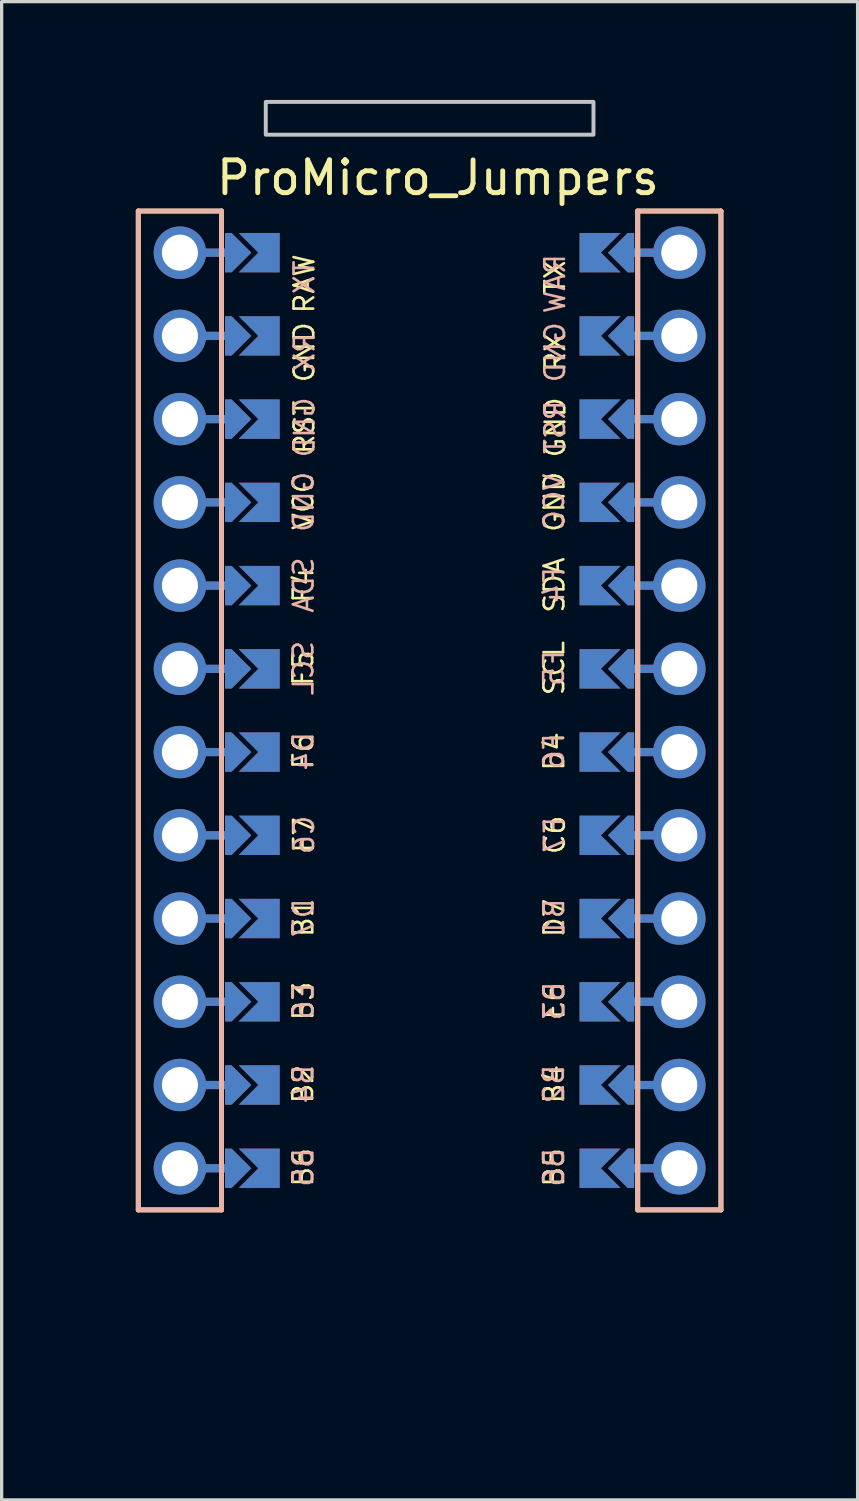
<source format=kicad_pcb>
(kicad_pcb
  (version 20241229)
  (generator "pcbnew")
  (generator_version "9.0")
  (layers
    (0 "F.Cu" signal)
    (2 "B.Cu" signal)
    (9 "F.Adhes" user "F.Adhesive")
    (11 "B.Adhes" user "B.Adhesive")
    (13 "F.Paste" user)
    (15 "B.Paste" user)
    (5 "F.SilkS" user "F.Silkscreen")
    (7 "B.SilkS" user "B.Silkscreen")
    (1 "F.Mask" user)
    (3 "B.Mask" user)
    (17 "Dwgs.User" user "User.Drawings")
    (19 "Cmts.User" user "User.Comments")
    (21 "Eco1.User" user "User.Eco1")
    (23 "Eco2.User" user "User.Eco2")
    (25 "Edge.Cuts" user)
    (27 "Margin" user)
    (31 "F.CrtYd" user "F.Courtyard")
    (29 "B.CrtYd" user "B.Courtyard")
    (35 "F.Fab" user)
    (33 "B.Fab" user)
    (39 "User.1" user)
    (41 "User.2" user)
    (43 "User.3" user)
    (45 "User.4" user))
  (footprint "ProMicro_Jumpers"
    (layer "F.Cu")
    (at 10.06 18.63)
    (property "Reference" "ProMicro_Jumpers" (at 0.254 -16.256 0) (layer "F.SilkS") (effects (font (size 1 1) (thickness 0.15))))
    (fp_poly (pts (xy -5.08 -14.478) (xy -5.08 -13.462) (xy -6.096 -13.462) (xy -6.096 -14.478)) (stroke (width 0.1) (type solid)) (fill yes) (layer "F.Mask"))
    (fp_poly (pts (xy -5.08 -11.938) (xy -5.08 -10.922) (xy -6.096 -10.922) (xy -6.096 -11.938)) (stroke (width 0.1) (type solid)) (fill yes) (layer "F.Mask"))
    (fp_poly (pts (xy -5.08 -9.398) (xy -5.08 -8.382) (xy -6.096 -8.382) (xy -6.096 -9.398)) (stroke (width 0.1) (type solid)) (fill yes) (layer "F.Mask"))
    (fp_poly (pts (xy -5.08 -6.858) (xy -5.08 -5.842) (xy -6.096 -5.842) (xy -6.096 -6.858)) (stroke (width 0.1) (type solid)) (fill yes) (layer "F.Mask"))
    (fp_poly (pts (xy -5.08 -4.318) (xy -5.08 -3.302) (xy -6.096 -3.302) (xy -6.096 -4.318)) (stroke (width 0.1) (type solid)) (fill yes) (layer "F.Mask"))
    (fp_poly (pts (xy -5.08 -1.778) (xy -5.08 -0.762) (xy -6.096 -0.762) (xy -6.096 -1.778)) (stroke (width 0.1) (type solid)) (fill yes) (layer "F.Mask"))
    (fp_poly (pts (xy -5.08 0.762) (xy -5.08 1.778) (xy -6.096 1.778) (xy -6.096 0.762)) (stroke (width 0.1) (type solid)) (fill yes) (layer "F.Mask"))
    (fp_poly (pts (xy -5.08 3.302) (xy -5.08 4.318) (xy -6.096 4.318) (xy -6.096 3.302)) (stroke (width 0.1) (type solid)) (fill yes) (layer "F.Mask"))
    (fp_poly (pts (xy -5.08 5.842) (xy -5.08 6.858) (xy -6.096 6.858) (xy -6.096 5.842)) (stroke (width 0.1) (type solid)) (fill yes) (layer "F.Mask"))
    (fp_poly (pts (xy -5.08 8.382) (xy -5.08 9.398) (xy -6.096 9.398) (xy -6.096 8.382)) (stroke (width 0.1) (type solid)) (fill yes) (layer "F.Mask"))
    (fp_poly (pts (xy -5.08 10.922) (xy -5.08 11.938) (xy -6.096 11.938) (xy -6.096 10.922)) (stroke (width 0.1) (type solid)) (fill yes) (layer "F.Mask"))
    (fp_poly (pts (xy -5.08 13.462) (xy -5.08 14.478) (xy -6.096 14.478) (xy -6.096 13.462)) (stroke (width 0.1) (type solid)) (fill yes) (layer "F.Mask"))
    (fp_poly (pts (xy 5.08 -13.462) (xy 5.08 -14.478) (xy 6.096 -14.478) (xy 6.096 -13.462)) (stroke (width 0.1) (type solid)) (fill yes) (layer "F.Mask"))
    (fp_poly (pts (xy 5.08 -10.922) (xy 5.08 -11.938) (xy 6.096 -11.938) (xy 6.096 -10.922)) (stroke (width 0.1) (type solid)) (fill yes) (layer "F.Mask"))
    (fp_poly (pts (xy 5.08 -8.382) (xy 5.08 -9.398) (xy 6.096 -9.398) (xy 6.096 -8.382)) (stroke (width 0.1) (type solid)) (fill yes) (layer "F.Mask"))
    (fp_poly (pts (xy 5.08 -5.842) (xy 5.08 -6.858) (xy 6.096 -6.858) (xy 6.096 -5.842)) (stroke (width 0.1) (type solid)) (fill yes) (layer "F.Mask"))
    (fp_poly (pts (xy 5.08 -3.302) (xy 5.08 -4.318) (xy 6.096 -4.318) (xy 6.096 -3.302)) (stroke (width 0.1) (type solid)) (fill yes) (layer "F.Mask"))
    (fp_poly (pts (xy 5.08 -0.762) (xy 5.08 -1.778) (xy 6.096 -1.778) (xy 6.096 -0.762)) (stroke (width 0.1) (type solid)) (fill yes) (layer "F.Mask"))
    (fp_poly (pts (xy 5.08 1.778) (xy 5.08 0.762) (xy 6.096 0.762) (xy 6.096 1.778)) (stroke (width 0.1) (type solid)) (fill yes) (layer "F.Mask"))
    (fp_poly (pts (xy 5.08 4.318) (xy 5.08 3.302) (xy 6.096 3.302) (xy 6.096 4.318)) (stroke (width 0.1) (type solid)) (fill yes) (layer "F.Mask"))
    (fp_poly (pts (xy 5.08 6.858) (xy 5.08 5.842) (xy 6.096 5.842) (xy 6.096 6.858)) (stroke (width 0.1) (type solid)) (fill yes) (layer "F.Mask"))
    (fp_poly (pts (xy 5.08 9.398) (xy 5.08 8.382) (xy 6.096 8.382) (xy 6.096 9.398)) (stroke (width 0.1) (type solid)) (fill yes) (layer "F.Mask"))
    (fp_poly (pts (xy 5.08 11.938) (xy 5.08 10.922) (xy 6.096 10.922) (xy 6.096 11.938)) (stroke (width 0.1) (type solid)) (fill yes) (layer "F.Mask"))
    (fp_poly (pts (xy 5.08 14.478) (xy 5.08 13.462) (xy 6.096 13.462) (xy 6.096 14.478)) (stroke (width 0.1) (type solid)) (fill yes) (layer "F.Mask"))
    (fp_poly (pts (xy -5.08 -14.478) (xy -5.08 -13.462) (xy -6.096 -13.462) (xy -6.096 -14.478)) (stroke (width 0.1) (type solid)) (fill yes) (layer "B.Mask"))
    (fp_poly (pts (xy -5.08 -11.938) (xy -5.08 -10.922) (xy -6.096 -10.922) (xy -6.096 -11.938)) (stroke (width 0.1) (type solid)) (fill yes) (layer "B.Mask"))
    (fp_poly (pts (xy -5.08 -9.398) (xy -5.08 -8.382) (xy -6.096 -8.382) (xy -6.096 -9.398)) (stroke (width 0.1) (type solid)) (fill yes) (layer "B.Mask"))
    (fp_poly (pts (xy -5.08 -6.858) (xy -5.08 -5.842) (xy -6.096 -5.842) (xy -6.096 -6.858)) (stroke (width 0.1) (type solid)) (fill yes) (layer "B.Mask"))
    (fp_poly (pts (xy -5.08 -4.318) (xy -5.08 -3.302) (xy -6.096 -3.302) (xy -6.096 -4.318)) (stroke (width 0.1) (type solid)) (fill yes) (layer "B.Mask"))
    (fp_poly (pts (xy -5.08 -1.778) (xy -5.08 -0.762) (xy -6.096 -0.762) (xy -6.096 -1.778)) (stroke (width 0.1) (type solid)) (fill yes) (layer "B.Mask"))
    (fp_poly (pts (xy -5.08 0.762) (xy -5.08 1.778) (xy -6.096 1.778) (xy -6.096 0.762)) (stroke (width 0.1) (type solid)) (fill yes) (layer "B.Mask"))
    (fp_poly (pts (xy -5.08 3.302) (xy -5.08 4.318) (xy -6.096 4.318) (xy -6.096 3.302)) (stroke (width 0.1) (type solid)) (fill yes) (layer "B.Mask"))
    (fp_poly (pts (xy -5.08 5.842) (xy -5.08 6.858) (xy -6.096 6.858) (xy -6.096 5.842)) (stroke (width 0.1) (type solid)) (fill yes) (layer "B.Mask"))
    (fp_poly (pts (xy -5.08 8.382) (xy -5.08 9.398) (xy -6.096 9.398) (xy -6.096 8.382)) (stroke (width 0.1) (type solid)) (fill yes) (layer "B.Mask"))
    (fp_poly (pts (xy -5.08 10.922) (xy -5.08 11.938) (xy -6.096 11.938) (xy -6.096 10.922)) (stroke (width 0.1) (type solid)) (fill yes) (layer "B.Mask"))
    (fp_poly (pts (xy -5.08 13.462) (xy -5.08 14.478) (xy -6.096 14.478) (xy -6.096 13.462)) (stroke (width 0.1) (type solid)) (fill yes) (layer "B.Mask"))
    (fp_poly (pts (xy 5.08 -13.462) (xy 5.08 -14.478) (xy 6.096 -14.478) (xy 6.096 -13.462)) (stroke (width 0.1) (type solid)) (fill yes) (layer "B.Mask"))
    (fp_poly (pts (xy 5.08 -10.922) (xy 5.08 -11.938) (xy 6.096 -11.938) (xy 6.096 -10.922)) (stroke (width 0.1) (type solid)) (fill yes) (layer "B.Mask"))
    (fp_poly (pts (xy 5.08 -8.382) (xy 5.08 -9.398) (xy 6.096 -9.398) (xy 6.096 -8.382)) (stroke (width 0.1) (type solid)) (fill yes) (layer "B.Mask"))
    (fp_poly (pts (xy 5.08 -5.842) (xy 5.08 -6.858) (xy 6.096 -6.858) (xy 6.096 -5.842)) (stroke (width 0.1) (type solid)) (fill yes) (layer "B.Mask"))
    (fp_poly (pts (xy 5.08 -3.302) (xy 5.08 -4.318) (xy 6.096 -4.318) (xy 6.096 -3.302)) (stroke (width 0.1) (type solid)) (fill yes) (layer "B.Mask"))
    (fp_poly (pts (xy 5.08 -0.762) (xy 5.08 -1.778) (xy 6.096 -1.778) (xy 6.096 -0.762)) (stroke (width 0.1) (type solid)) (fill yes) (layer "B.Mask"))
    (fp_poly (pts (xy 5.08 1.778) (xy 5.08 0.762) (xy 6.096 0.762) (xy 6.096 1.778)) (stroke (width 0.1) (type solid)) (fill yes) (layer "B.Mask"))
    (fp_poly (pts (xy 5.08 4.318) (xy 5.08 3.302) (xy 6.096 3.302) (xy 6.096 4.318)) (stroke (width 0.1) (type solid)) (fill yes) (layer "B.Mask"))
    (fp_poly (pts (xy 5.08 6.858) (xy 5.08 5.842) (xy 6.096 5.842) (xy 6.096 6.858)) (stroke (width 0.1) (type solid)) (fill yes) (layer "B.Mask"))
    (fp_poly (pts (xy 5.08 9.398) (xy 5.08 8.382) (xy 6.096 8.382) (xy 6.096 9.398)) (stroke (width 0.1) (type solid)) (fill yes) (layer "B.Mask"))
    (fp_poly (pts (xy 5.08 11.938) (xy 5.08 10.922) (xy 6.096 10.922) (xy 6.096 11.938)) (stroke (width 0.1) (type solid)) (fill yes) (layer "B.Mask"))
    (fp_poly (pts (xy 5.08 14.478) (xy 5.08 13.462) (xy 6.096 13.462) (xy 6.096 14.478)) (stroke (width 0.1) (type solid)) (fill yes) (layer "B.Mask"))
    (fp_line (start -8.89 -15.24) (end -8.89 15.24) (stroke (width 0.15) (type solid)) (layer "F.SilkS"))
    (fp_line (start -8.89 -15.24) (end -6.35 -15.24) (stroke (width 0.15) (type solid)) (layer "F.SilkS"))
    (fp_line (start -6.35 -15.24) (end -6.35 15.24) (stroke (width 0.15) (type solid)) (layer "F.SilkS"))
    (fp_line (start -6.35 15.24) (end -8.89 15.24) (stroke (width 0.15) (type solid)) (layer "F.SilkS"))
    (fp_line (start 6.35 -15.24) (end 6.35 15.24) (stroke (width 0.15) (type solid)) (layer "F.SilkS"))
    (fp_line (start 6.35 -15.24) (end 8.89 -15.24) (stroke (width 0.15) (type solid)) (layer "F.SilkS"))
    (fp_line (start 6.35 15.24) (end 8.89 15.24) (stroke (width 0.15) (type solid)) (layer "F.SilkS"))
    (fp_line (start 8.89 -15.24) (end 8.89 15.24) (stroke (width 0.15) (type solid)) (layer "F.SilkS"))
    (fp_line (start -8.89 -15.24) (end -8.89 15.24) (stroke (width 0.15) (type solid)) (layer "B.SilkS"))
    (fp_line (start -8.89 -15.24) (end -6.35 -15.24) (stroke (width 0.15) (type solid)) (layer "B.SilkS"))
    (fp_line (start -6.35 -15.24) (end -6.35 15.24) (stroke (width 0.15) (type solid)) (layer "B.SilkS"))
    (fp_line (start -6.35 15.24) (end -8.89 15.24) (stroke (width 0.15) (type solid)) (layer "B.SilkS"))
    (fp_line (start 6.35 -15.24) (end 6.35 15.24) (stroke (width 0.15) (type solid)) (layer "B.SilkS"))
    (fp_line (start 6.35 -15.24) (end 8.89 -15.24) (stroke (width 0.15) (type solid)) (layer "B.SilkS"))
    (fp_line (start 6.35 15.24) (end 8.89 15.24) (stroke (width 0.15) (type solid)) (layer "B.SilkS"))
    (fp_line (start 8.89 -15.24) (end 8.89 15.24) (stroke (width 0.15) (type solid)) (layer "B.SilkS"))
    (fp_rect (start -5 -17.57) (end 5 -18.57) (stroke (width 0.12) (type solid)) (fill no) (layer "Dwgs.User"))
    (fp_rect (start -10 -17.57) (end 10 21.03) (stroke (width 0.12) (type solid)) (fill no) (layer "Eco1.User"))
    (fp_rect (start -9.2 -15.5) (end 9.144 16.002) (stroke (width 0.12) (type solid)) (fill no) (layer "Eco2.User"))
    (fp_text user "B3" (at -3.857 8.867 90) (layer "F.SilkS") (effects (font (size 0.6 0.6) (thickness 0.08))))
    (fp_text user "B5" (at 3.795 13.944 90) (layer "F.SilkS") (effects (font (size 0.6 0.6) (thickness 0.08))))
    (fp_text user "SCL" (at 3.799 -1.292 90) (layer "F.SilkS") (effects (font (size 0.6 0.6) (thickness 0.08))))
    (fp_text user "RST" (at -3.826 -8.64 90) (layer "F.SilkS") (effects (font (size 0.6 0.6) (thickness 0.08))))
    (fp_text user "E6" (at 3.802 8.869 90) (layer "F.SilkS") (effects (font (size 0.6 0.6) (thickness 0.08))))
    (fp_text user "D7" (at 3.802 6.329 90) (layer "F.SilkS") (effects (font (size 0.6 0.6) (thickness 0.08))))
    (fp_text user "B4" (at 3.795 11.404 90) (layer "F.SilkS") (effects (font (size 0.6 0.6) (thickness 0.08))))
    (fp_text user "RAW" (at -3.826 -13.02 90) (layer "F.SilkS") (effects (font (size 0.6 0.6) (thickness 0.08))))
    (fp_text user "TX" (at 3.826 -13.22 90) (layer "F.SilkS") (effects (font (size 0.6 0.6) (thickness 0.08))))
    (fp_text user "D4" (at 3.799 1.248 90) (layer "F.SilkS") (effects (font (size 0.6 0.6) (thickness 0.08))))
    (fp_text user "GND" (at 3.806 -6.367 90) (layer "F.SilkS") (effects (font (size 0.6 0.6) (thickness 0.08))))
    (fp_text user "B2" (at -3.864 11.402 90) (layer "F.SilkS") (effects (font (size 0.6 0.6) (thickness 0.08))))
    (fp_text user "F7" (at -3.839 3.797 90) (layer "F.SilkS") (effects (font (size 0.6 0.6) (thickness 0.08))))
    (fp_text user "VCC" (at -3.853 -6.369 90) (layer "F.SilkS") (effects (font (size 0.6 0.6) (thickness 0.08))))
    (fp_text user "F6" (at -3.86 1.246 90) (layer "F.SilkS") (effects (font (size 0.6 0.6) (thickness 0.08))))
    (fp_text user "SDA" (at 3.806 -3.827 90) (layer "F.SilkS") (effects (font (size 0.6 0.6) (thickness 0.08))))
    (fp_text user "F5" (at -3.86 -1.294 90) (layer "F.SilkS") (effects (font (size 0.6 0.6) (thickness 0.08))))
    (fp_text user "C6" (at 3.82 3.798 90) (layer "F.SilkS") (effects (font (size 0.6 0.6) (thickness 0.08))))
    (fp_text user "GND" (at -3.826 -10.93 90) (layer "F.SilkS") (effects (font (size 0.6 0.6) (thickness 0.08))))
    (fp_text user "B6" (at -3.864 13.942 90) (layer "F.SilkS") (effects (font (size 0.6 0.6) (thickness 0.08))))
    (fp_text user "B1" (at -3.857 6.327 90) (layer "F.SilkS") (effects (font (size 0.6 0.6) (thickness 0.08))))
    (fp_text user "GND" (at 3.833 -8.638 90) (layer "F.SilkS") (effects (font (size 0.6 0.6) (thickness 0.08))))
    (fp_text user "F4" (at -3.853 -3.829 90) (layer "F.SilkS") (effects (font (size 0.6 0.6) (thickness 0.08))))
    (fp_text user "RX" (at 3.833 -10.928 90) (layer "F.SilkS") (effects (font (size 0.6 0.6) (thickness 0.08))))
    (fp_text user "E6" (at -3.85 8.869 90) (layer "B.SilkS") (effects (font (size 0.6 0.6) (thickness 0.08)) (justify mirror)))
    (fp_text user "D4" (at -3.853 1.248 90) (layer "B.SilkS") (effects (font (size 0.6 0.6) (thickness 0.08)) (justify mirror)))
    (fp_text user "GND" (at 3.826 -10.93 90) (layer "B.SilkS") (effects (font (size 0.6 0.6) (thickness 0.08)) (justify mirror)))
    (fp_text user "RST" (at 3.826 -8.64 90) (layer "B.SilkS") (effects (font (size 0.6 0.6) (thickness 0.08)) (justify mirror)))
    (fp_text user "B4" (at -3.857 11.404 90) (layer "B.SilkS") (effects (font (size 0.6 0.6) (thickness 0.08)) (justify mirror)))
    (fp_text user "VCC" (at 3.799 -6.369 90) (layer "B.SilkS") (effects (font (size 0.6 0.6) (thickness 0.08)) (justify mirror)))
    (fp_text user "D7" (at -3.85 6.329 90) (layer "B.SilkS") (effects (font (size 0.6 0.6) (thickness 0.08)) (justify mirror)))
    (fp_text user "B1" (at 3.795 6.327 90) (layer "B.SilkS") (effects (font (size 0.6 0.6) (thickness 0.08)) (justify mirror)))
    (fp_text user "C6" (at -3.832 3.798 90) (layer "B.SilkS") (effects (font (size 0.6 0.6) (thickness 0.08)) (justify mirror)))
    (fp_text user "F7" (at 3.813 3.797 90) (layer "B.SilkS") (effects (font (size 0.6 0.6) (thickness 0.08)) (justify mirror)))
    (fp_text user "F4" (at 3.799 -3.829 90) (layer "B.SilkS") (effects (font (size 0.6 0.6) (thickness 0.08)) (justify mirror)))
    (fp_text user "SDA" (at -3.846 -3.827 90) (layer "B.SilkS") (effects (font (size 0.6 0.6) (thickness 0.08)) (justify mirror)))
    (fp_text user "B6" (at 3.788 13.942 90) (layer "B.SilkS") (effects (font (size 0.6 0.6) (thickness 0.08)) (justify mirror)))
    (fp_text user "GND" (at -3.846 -6.367 90) (layer "B.SilkS") (effects (font (size 0.6 0.6) (thickness 0.08)) (justify mirror)))
    (fp_text user "GND" (at -3.819 -8.638 90) (layer "B.SilkS") (effects (font (size 0.6 0.6) (thickness 0.08)) (justify mirror)))
    (fp_text user "F6" (at 3.792 1.246 90) (layer "B.SilkS") (effects (font (size 0.6 0.6) (thickness 0.08)) (justify mirror)))
    (fp_text user "RAW" (at 3.826 -13.02 90) (layer "B.SilkS") (effects (font (size 0.6 0.6) (thickness 0.08)) (justify mirror)))
    (fp_text user "B5" (at -3.857 13.944 90) (layer "B.SilkS") (effects (font (size 0.6 0.6) (thickness 0.08)) (justify mirror)))
    (fp_text user "RX" (at -3.819 -10.928 90) (layer "B.SilkS") (effects (font (size 0.6 0.6) (thickness 0.08)) (justify mirror)))
    (fp_text user "B2" (at 3.788 11.402 90) (layer "B.SilkS") (effects (font (size 0.6 0.6) (thickness 0.08)) (justify mirror)))
    (fp_text user "SCL" (at -3.853 -1.292 90) (layer "B.SilkS") (effects (font (size 0.6 0.6) (thickness 0.08)) (justify mirror)))
    (fp_text user "TX" (at -3.826 -13.22 90) (layer "B.SilkS") (effects (font (size 0.6 0.6) (thickness 0.08)) (justify mirror)))
    (fp_text user "B3" (at 3.795 8.867 90) (layer "B.SilkS") (effects (font (size 0.6 0.6) (thickness 0.08)) (justify mirror)))
    (fp_text user "F5" (at 3.792 -1.294 90) (layer "B.SilkS") (effects (font (size 0.6 0.6) (thickness 0.08)) (justify mirror)))
    (pad "" thru_hole circle (at -7.62 -13.97 270) (size 1.6 1.6) (drill 1.1) (layers "*.Cu" "*.Mask"))
    (pad "" thru_hole circle (at -7.62 -11.43 270) (size 1.6 1.6) (drill 1.1) (layers "*.Cu" "*.Mask"))
    (pad "" thru_hole circle (at -7.62 -8.89 270) (size 1.6 1.6) (drill 1.1) (layers "*.Cu" "*.Mask"))
    (pad "" thru_hole circle (at -7.62 -6.35 270) (size 1.6 1.6) (drill 1.1) (layers "*.Cu" "*.Mask"))
    (pad "" thru_hole circle (at -7.62 -3.81 270) (size 1.6 1.6) (drill 1.1) (layers "*.Cu" "*.Mask"))
    (pad "" thru_hole circle (at -7.62 -1.27 270) (size 1.6 1.6) (drill 1.1) (layers "*.Cu" "*.Mask"))
    (pad "" thru_hole circle (at -7.62 1.27 270) (size 1.6 1.6) (drill 1.1) (layers "*.Cu" "*.Mask"))
    (pad "" thru_hole circle (at -7.62 3.81 270) (size 1.6 1.6) (drill 1.1) (layers "*.Cu" "*.Mask"))
    (pad "" thru_hole circle (at -7.62 6.35 270) (size 1.6 1.6) (drill 1.1) (layers "*.Cu" "*.Mask"))
    (pad "" thru_hole circle (at -7.62 8.89 270) (size 1.6 1.6) (drill 1.1) (layers "*.Cu" "*.Mask"))
    (pad "" thru_hole circle (at -7.62 11.43 270) (size 1.6 1.6) (drill 1.1) (layers "*.Cu" "*.Mask"))
    (pad "" thru_hole circle (at -7.62 13.97 270) (size 1.6 1.6) (drill 1.1) (layers "*.Cu" "*.Mask"))
    (pad "" smd custom (at -6.35 -13.97 90) (size 0.25 1) (layers "F.Cu") (options (anchor rect)) (primitives))
    (pad "" smd custom (at -6.35 -13.97 90) (size 0.25 1) (layers "B.Cu") (options (anchor rect)) (primitives))
    (pad "" smd custom (at -6.35 -11.43 90) (size 0.25 1) (layers "F.Cu") (options (anchor rect)) (primitives))
    (pad "" smd custom (at -6.35 -11.43 90) (size 0.25 1) (layers "B.Cu") (options (anchor rect)) (primitives))
    (pad "" smd custom (at -6.35 -8.89 90) (size 0.25 1) (layers "F.Cu") (options (anchor rect)) (primitives))
    (pad "" smd custom (at -6.35 -8.89 90) (size 0.25 1) (layers "B.Cu") (options (anchor rect)) (primitives))
    (pad "" smd custom (at -6.35 -6.35 90) (size 0.25 1) (layers "F.Cu") (options (anchor rect)) (primitives))
    (pad "" smd custom (at -6.35 -6.35 90) (size 0.25 1) (layers "B.Cu") (options (anchor rect)) (primitives))
    (pad "" smd custom (at -6.35 -3.81 90) (size 0.25 1) (layers "F.Cu") (options (anchor rect)) (primitives))
    (pad "" smd custom (at -6.35 -3.81 90) (size 0.25 1) (layers "B.Cu") (options (anchor rect)) (primitives))
    (pad "" smd custom (at -6.35 -1.27 90) (size 0.25 1) (layers "F.Cu") (options (anchor rect)) (primitives))
    (pad "" smd custom (at -6.35 -1.27 90) (size 0.25 1) (layers "B.Cu") (options (anchor rect)) (primitives))
    (pad "" smd custom (at -6.35 1.27 90) (size 0.25 1) (layers "F.Cu") (options (anchor rect)) (primitives))
    (pad "" smd custom (at -6.35 1.27 90) (size 0.25 1) (layers "B.Cu") (options (anchor rect)) (primitives))
    (pad "" smd custom (at -6.35 3.81 90) (size 0.25 1) (layers "F.Cu") (options (anchor rect)) (primitives))
    (pad "" smd custom (at -6.35 3.81 90) (size 0.25 1) (layers "B.Cu") (options (anchor rect)) (primitives))
    (pad "" smd custom (at -6.35 6.35 90) (size 0.25 1) (layers "F.Cu") (options (anchor rect)) (primitives))
    (pad "" smd custom (at -6.35 6.35 90) (size 0.25 1) (layers "B.Cu") (options (anchor rect)) (primitives))
    (pad "" smd custom (at -6.35 8.89 90) (size 0.25 1) (layers "F.Cu") (options (anchor rect)) (primitives))
    (pad "" smd custom (at -6.35 8.89 90) (size 0.25 1) (layers "B.Cu") (options (anchor rect)) (primitives))
    (pad "" smd custom (at -6.35 11.43 90) (size 0.25 1) (layers "F.Cu") (options (anchor rect)) (primitives))
    (pad "" smd custom (at -6.35 11.43 90) (size 0.25 1) (layers "B.Cu") (options (anchor rect)) (primitives))
    (pad "" smd custom (at -6.35 13.97 90) (size 0.25 1) (layers "F.Cu") (options (anchor rect)) (primitives))
    (pad "" smd custom (at -6.35 13.97 90) (size 0.25 1) (layers "B.Cu") (options (anchor rect)) (primitives))
    (pad "" smd custom (at -5.842 -13.97 90) (size 0.1 0.1) (layers "F.Cu" "F.Mask") (options (anchor rect)) (primitives (gr_poly (pts (xy 0.6 -0.2) (xy 0 0.4) (xy -0.6 -0.2) (xy -0.6 -0.4) (xy 0.6 -0.4)) (width 0) (fill yes))))
    (pad "" smd custom (at -5.842 -13.97 90) (size 0.1 0.1) (layers "B.Cu" "B.Mask") (options (anchor rect)) (primitives (gr_poly (pts (xy 0.6 -0.2) (xy 0 0.4) (xy -0.6 -0.2) (xy -0.6 -0.4) (xy 0.6 -0.4)) (width 0) (fill yes))))
    (pad "" smd custom (at -5.842 -11.43 90) (size 0.1 0.1) (layers "F.Cu" "F.Mask") (options (anchor rect)) (primitives (gr_poly (pts (xy 0.6 -0.2) (xy 0 0.4) (xy -0.6 -0.2) (xy -0.6 -0.4) (xy 0.6 -0.4)) (width 0) (fill yes))))
    (pad "" smd custom (at -5.842 -11.43 90) (size 0.1 0.1) (layers "B.Cu" "B.Mask") (options (anchor rect)) (primitives (gr_poly (pts (xy 0.6 -0.2) (xy 0 0.4) (xy -0.6 -0.2) (xy -0.6 -0.4) (xy 0.6 -0.4)) (width 0) (fill yes))))
    (pad "" smd custom (at -5.842 -8.89 90) (size 0.1 0.1) (layers "F.Cu" "F.Mask") (options (anchor rect)) (primitives (gr_poly (pts (xy 0.6 -0.2) (xy 0 0.4) (xy -0.6 -0.2) (xy -0.6 -0.4) (xy 0.6 -0.4)) (width 0) (fill yes))))
    (pad "" smd custom (at -5.842 -8.89 90) (size 0.1 0.1) (layers "B.Cu" "B.Mask") (options (anchor rect)) (primitives (gr_poly (pts (xy 0.6 -0.2) (xy 0 0.4) (xy -0.6 -0.2) (xy -0.6 -0.4) (xy 0.6 -0.4)) (width 0) (fill yes))))
    (pad "" smd custom (at -5.842 -6.35 90) (size 0.1 0.1) (layers "F.Cu" "F.Mask") (options (anchor rect)) (primitives (gr_poly (pts (xy 0.6 -0.2) (xy 0 0.4) (xy -0.6 -0.2) (xy -0.6 -0.4) (xy 0.6 -0.4)) (width 0) (fill yes))))
    (pad "" smd custom (at -5.842 -6.35 90) (size 0.1 0.1) (layers "B.Cu" "B.Mask") (options (anchor rect)) (primitives (gr_poly (pts (xy 0.6 -0.2) (xy 0 0.4) (xy -0.6 -0.2) (xy -0.6 -0.4) (xy 0.6 -0.4)) (width 0) (fill yes))))
    (pad "" smd custom (at -5.842 -3.81 90) (size 0.1 0.1) (layers "F.Cu" "F.Mask") (options (anchor rect)) (primitives (gr_poly (pts (xy 0.6 -0.2) (xy 0 0.4) (xy -0.6 -0.2) (xy -0.6 -0.4) (xy 0.6 -0.4)) (width 0) (fill yes))))
    (pad "" smd custom (at -5.842 -3.81 90) (size 0.1 0.1) (layers "B.Cu" "B.Mask") (options (anchor rect)) (primitives (gr_poly (pts (xy 0.6 -0.2) (xy 0 0.4) (xy -0.6 -0.2) (xy -0.6 -0.4) (xy 0.6 -0.4)) (width 0) (fill yes))))
    (pad "" smd custom (at -5.842 -1.27 90) (size 0.1 0.1) (layers "F.Cu" "F.Mask") (options (anchor rect)) (primitives (gr_poly (pts (xy 0.6 -0.2) (xy 0 0.4) (xy -0.6 -0.2) (xy -0.6 -0.4) (xy 0.6 -0.4)) (width 0) (fill yes))))
    (pad "" smd custom (at -5.842 -1.27 90) (size 0.1 0.1) (layers "B.Cu" "B.Mask") (options (anchor rect)) (primitives (gr_poly (pts (xy 0.6 -0.2) (xy 0 0.4) (xy -0.6 -0.2) (xy -0.6 -0.4) (xy 0.6 -0.4)) (width 0) (fill yes))))
    (pad "" smd custom (at -5.842 1.27 90) (size 0.1 0.1) (layers "F.Cu" "F.Mask") (options (anchor rect)) (primitives (gr_poly (pts (xy 0.6 -0.2) (xy 0 0.4) (xy -0.6 -0.2) (xy -0.6 -0.4) (xy 0.6 -0.4)) (width 0) (fill yes))))
    (pad "" smd custom (at -5.842 1.27 90) (size 0.1 0.1) (layers "B.Cu" "B.Mask") (options (anchor rect)) (primitives (gr_poly (pts (xy 0.6 -0.2) (xy 0 0.4) (xy -0.6 -0.2) (xy -0.6 -0.4) (xy 0.6 -0.4)) (width 0) (fill yes))))
    (pad "" smd custom (at -5.842 3.81 90) (size 0.1 0.1) (layers "F.Cu" "F.Mask") (options (anchor rect)) (primitives (gr_poly (pts (xy 0.6 -0.2) (xy 0 0.4) (xy -0.6 -0.2) (xy -0.6 -0.4) (xy 0.6 -0.4)) (width 0) (fill yes))))
    (pad "" smd custom (at -5.842 3.81 90) (size 0.1 0.1) (layers "B.Cu" "B.Mask") (options (anchor rect)) (primitives (gr_poly (pts (xy 0.6 -0.2) (xy 0 0.4) (xy -0.6 -0.2) (xy -0.6 -0.4) (xy 0.6 -0.4)) (width 0) (fill yes))))
    (pad "" smd custom (at -5.842 6.35 90) (size 0.1 0.1) (layers "F.Cu" "F.Mask") (options (anchor rect)) (primitives (gr_poly (pts (xy 0.6 -0.2) (xy 0 0.4) (xy -0.6 -0.2) (xy -0.6 -0.4) (xy 0.6 -0.4)) (width 0) (fill yes))))
    (pad "" smd custom (at -5.842 6.35 90) (size 0.1 0.1) (layers "B.Cu" "B.Mask") (options (anchor rect)) (primitives (gr_poly (pts (xy 0.6 -0.2) (xy 0 0.4) (xy -0.6 -0.2) (xy -0.6 -0.4) (xy 0.6 -0.4)) (width 0) (fill yes))))
    (pad "" smd custom (at -5.842 8.89 90) (size 0.1 0.1) (layers "F.Cu" "F.Mask") (options (anchor rect)) (primitives (gr_poly (pts (xy 0.6 -0.2) (xy 0 0.4) (xy -0.6 -0.2) (xy -0.6 -0.4) (xy 0.6 -0.4)) (width 0) (fill yes))))
    (pad "" smd custom (at -5.842 8.89 90) (size 0.1 0.1) (layers "B.Cu" "B.Mask") (options (anchor rect)) (primitives (gr_poly (pts (xy 0.6 -0.2) (xy 0 0.4) (xy -0.6 -0.2) (xy -0.6 -0.4) (xy 0.6 -0.4)) (width 0) (fill yes))))
    (pad "" smd custom (at -5.842 11.43 90) (size 0.1 0.1) (layers "F.Cu" "F.Mask") (options (anchor rect)) (primitives (gr_poly (pts (xy 0.6 -0.2) (xy 0 0.4) (xy -0.6 -0.2) (xy -0.6 -0.4) (xy 0.6 -0.4)) (width 0) (fill yes))))
    (pad "" smd custom (at -5.842 11.43 90) (size 0.1 0.1) (layers "B.Cu" "B.Mask") (options (anchor rect)) (primitives (gr_poly (pts (xy 0.6 -0.2) (xy 0 0.4) (xy -0.6 -0.2) (xy -0.6 -0.4) (xy 0.6 -0.4)) (width 0) (fill yes))))
    (pad "" smd custom (at -5.842 13.97 90) (size 0.1 0.1) (layers "F.Cu" "F.Mask") (options (anchor rect)) (primitives (gr_poly (pts (xy 0.6 -0.2) (xy 0 0.4) (xy -0.6 -0.2) (xy -0.6 -0.4) (xy 0.6 -0.4)) (width 0) (fill yes))))
    (pad "" smd custom (at -5.842 13.97 90) (size 0.1 0.1) (layers "B.Cu" "B.Mask") (options (anchor rect)) (primitives (gr_poly (pts (xy 0.6 -0.2) (xy 0 0.4) (xy -0.6 -0.2) (xy -0.6 -0.4) (xy 0.6 -0.4)) (width 0) (fill yes))))
    (pad "" smd custom (at 5.842 -13.97 270) (size 0.1 0.1) (layers "F.Cu" "F.Mask") (options (anchor rect)) (primitives (gr_poly (pts (xy 0.6 -0.2) (xy 0 0.4) (xy -0.6 -0.2) (xy -0.6 -0.4) (xy 0.6 -0.4)) (width 0) (fill yes))))
    (pad "" smd custom (at 5.842 -13.97 270) (size 0.1 0.1) (layers "B.Cu" "B.Mask") (options (anchor rect)) (primitives (gr_poly (pts (xy 0.6 -0.2) (xy 0 0.4) (xy -0.6 -0.2) (xy -0.6 -0.4) (xy 0.6 -0.4)) (width 0) (fill yes))))
    (pad "" smd custom (at 5.842 -11.43 270) (size 0.1 0.1) (layers "F.Cu" "F.Mask") (options (anchor rect)) (primitives (gr_poly (pts (xy 0.6 -0.2) (xy 0 0.4) (xy -0.6 -0.2) (xy -0.6 -0.4) (xy 0.6 -0.4)) (width 0) (fill yes))))
    (pad "" smd custom (at 5.842 -11.43 270) (size 0.1 0.1) (layers "B.Cu" "B.Mask") (options (anchor rect)) (primitives (gr_poly (pts (xy 0.6 -0.2) (xy 0 0.4) (xy -0.6 -0.2) (xy -0.6 -0.4) (xy 0.6 -0.4)) (width 0) (fill yes))))
    (pad "" smd custom (at 5.842 -8.89 270) (size 0.1 0.1) (layers "F.Cu" "F.Mask") (options (anchor rect)) (primitives (gr_poly (pts (xy 0.6 -0.2) (xy 0 0.4) (xy -0.6 -0.2) (xy -0.6 -0.4) (xy 0.6 -0.4)) (width 0) (fill yes))))
    (pad "" smd custom (at 5.842 -8.89 270) (size 0.1 0.1) (layers "B.Cu" "B.Mask") (options (anchor rect)) (primitives (gr_poly (pts (xy 0.6 -0.2) (xy 0 0.4) (xy -0.6 -0.2) (xy -0.6 -0.4) (xy 0.6 -0.4)) (width 0) (fill yes))))
    (pad "" smd custom (at 5.842 -6.35 270) (size 0.1 0.1) (layers "F.Cu" "F.Mask") (options (anchor rect)) (primitives (gr_poly (pts (xy 0.6 -0.2) (xy 0 0.4) (xy -0.6 -0.2) (xy -0.6 -0.4) (xy 0.6 -0.4)) (width 0) (fill yes))))
    (pad "" smd custom (at 5.842 -6.35 270) (size 0.1 0.1) (layers "B.Cu" "B.Mask") (options (anchor rect)) (primitives (gr_poly (pts (xy 0.6 -0.2) (xy 0 0.4) (xy -0.6 -0.2) (xy -0.6 -0.4) (xy 0.6 -0.4)) (width 0) (fill yes))))
    (pad "" smd custom (at 5.842 -3.81 270) (size 0.1 0.1) (layers "F.Cu" "F.Mask") (options (anchor rect)) (primitives (gr_poly (pts (xy 0.6 -0.2) (xy 0 0.4) (xy -0.6 -0.2) (xy -0.6 -0.4) (xy 0.6 -0.4)) (width 0) (fill yes))))
    (pad "" smd custom (at 5.842 -3.81 270) (size 0.1 0.1) (layers "B.Cu" "B.Mask") (options (anchor rect)) (primitives (gr_poly (pts (xy 0.6 -0.2) (xy 0 0.4) (xy -0.6 -0.2) (xy -0.6 -0.4) (xy 0.6 -0.4)) (width 0) (fill yes))))
    (pad "" smd custom (at 5.842 -1.27 270) (size 0.1 0.1) (layers "F.Cu" "F.Mask") (options (anchor rect)) (primitives (gr_poly (pts (xy 0.6 -0.2) (xy 0 0.4) (xy -0.6 -0.2) (xy -0.6 -0.4) (xy 0.6 -0.4)) (width 0) (fill yes))))
    (pad "" smd custom (at 5.842 -1.27 270) (size 0.1 0.1) (layers "B.Cu" "B.Mask") (options (anchor rect)) (primitives (gr_poly (pts (xy 0.6 -0.2) (xy 0 0.4) (xy -0.6 -0.2) (xy -0.6 -0.4) (xy 0.6 -0.4)) (width 0) (fill yes))))
    (pad "" smd custom (at 5.842 1.27 270) (size 0.1 0.1) (layers "F.Cu" "F.Mask") (options (anchor rect)) (primitives (gr_poly (pts (xy 0.6 -0.2) (xy 0 0.4) (xy -0.6 -0.2) (xy -0.6 -0.4) (xy 0.6 -0.4)) (width 0) (fill yes))))
    (pad "" smd custom (at 5.842 1.27 270) (size 0.1 0.1) (layers "B.Cu" "B.Mask") (options (anchor rect)) (primitives (gr_poly (pts (xy 0.6 -0.2) (xy 0 0.4) (xy -0.6 -0.2) (xy -0.6 -0.4) (xy 0.6 -0.4)) (width 0) (fill yes))))
    (pad "" smd custom (at 5.842 3.81 270) (size 0.1 0.1) (layers "F.Cu" "F.Mask") (options (anchor rect)) (primitives (gr_poly (pts (xy 0.6 -0.2) (xy 0 0.4) (xy -0.6 -0.2) (xy -0.6 -0.4) (xy 0.6 -0.4)) (width 0) (fill yes))))
    (pad "" smd custom (at 5.842 3.81 270) (size 0.1 0.1) (layers "B.Cu" "B.Mask") (options (anchor rect)) (primitives (gr_poly (pts (xy 0.6 -0.2) (xy 0 0.4) (xy -0.6 -0.2) (xy -0.6 -0.4) (xy 0.6 -0.4)) (width 0) (fill yes))))
    (pad "" smd custom (at 5.842 6.35 270) (size 0.1 0.1) (layers "F.Cu" "F.Mask") (options (anchor rect)) (primitives (gr_poly (pts (xy 0.6 -0.2) (xy 0 0.4) (xy -0.6 -0.2) (xy -0.6 -0.4) (xy 0.6 -0.4)) (width 0) (fill yes))))
    (pad "" smd custom (at 5.842 6.35 270) (size 0.1 0.1) (layers "B.Cu" "B.Mask") (options (anchor rect)) (primitives (gr_poly (pts (xy 0.6 -0.2) (xy 0 0.4) (xy -0.6 -0.2) (xy -0.6 -0.4) (xy 0.6 -0.4)) (width 0) (fill yes))))
    (pad "" smd custom (at 5.842 8.89 270) (size 0.1 0.1) (layers "F.Cu" "F.Mask") (options (anchor rect)) (primitives (gr_poly (pts (xy 0.6 -0.2) (xy 0 0.4) (xy -0.6 -0.2) (xy -0.6 -0.4) (xy 0.6 -0.4)) (width 0) (fill yes))))
    (pad "" smd custom (at 5.842 8.89 270) (size 0.1 0.1) (layers "B.Cu" "B.Mask") (options (anchor rect)) (primitives (gr_poly (pts (xy 0.6 -0.2) (xy 0 0.4) (xy -0.6 -0.2) (xy -0.6 -0.4) (xy 0.6 -0.4)) (width 0) (fill yes))))
    (pad "" smd custom (at 5.842 11.43 270) (size 0.1 0.1) (layers "F.Cu" "F.Mask") (options (anchor rect)) (primitives (gr_poly (pts (xy 0.6 -0.2) (xy 0 0.4) (xy -0.6 -0.2) (xy -0.6 -0.4) (xy 0.6 -0.4)) (width 0) (fill yes))))
    (pad "" smd custom (at 5.842 11.43 270) (size 0.1 0.1) (layers "B.Cu" "B.Mask") (options (anchor rect)) (primitives (gr_poly (pts (xy 0.6 -0.2) (xy 0 0.4) (xy -0.6 -0.2) (xy -0.6 -0.4) (xy 0.6 -0.4)) (width 0) (fill yes))))
    (pad "" smd custom (at 5.842 13.97 270) (size 0.1 0.1) (layers "F.Cu" "F.Mask") (options (anchor rect)) (primitives (gr_poly (pts (xy 0.6 -0.2) (xy 0 0.4) (xy -0.6 -0.2) (xy -0.6 -0.4) (xy 0.6 -0.4)) (width 0) (fill yes))))
    (pad "" smd custom (at 5.842 13.97 270) (size 0.1 0.1) (layers "B.Cu" "B.Mask") (options (anchor rect)) (primitives (gr_poly (pts (xy 0.6 -0.2) (xy 0 0.4) (xy -0.6 -0.2) (xy -0.6 -0.4) (xy 0.6 -0.4)) (width 0) (fill yes))))
    (pad "" smd custom (at 6.35 -13.97 270) (size 0.25 1) (layers "F.Cu") (options (anchor rect)) (primitives))
    (pad "" smd custom (at 6.35 -13.97 270) (size 0.25 1) (layers "B.Cu") (options (anchor rect)) (primitives))
    (pad "" smd custom (at 6.35 -11.43 270) (size 0.25 1) (layers "F.Cu") (options (anchor rect)) (primitives))
    (pad "" smd custom (at 6.35 -11.43 270) (size 0.25 1) (layers "B.Cu") (options (anchor rect)) (primitives))
    (pad "" smd custom (at 6.35 -8.89 270) (size 0.25 1) (layers "F.Cu") (options (anchor rect)) (primitives))
    (pad "" smd custom (at 6.35 -8.89 270) (size 0.25 1) (layers "B.Cu") (options (anchor rect)) (primitives))
    (pad "" smd custom (at 6.35 -6.35 270) (size 0.25 1) (layers "F.Cu") (options (anchor rect)) (primitives))
    (pad "" smd custom (at 6.35 -6.35 270) (size 0.25 1) (layers "B.Cu") (options (anchor rect)) (primitives))
    (pad "" smd custom (at 6.35 -3.81 270) (size 0.25 1) (layers "F.Cu") (options (anchor rect)) (primitives))
    (pad "" smd custom (at 6.35 -3.81 270) (size 0.25 1) (layers "B.Cu") (options (anchor rect)) (primitives))
    (pad "" smd custom (at 6.35 -1.27 270) (size 0.25 1) (layers "F.Cu") (options (anchor rect)) (primitives))
    (pad "" smd custom (at 6.35 -1.27 270) (size 0.25 1) (layers "B.Cu") (options (anchor rect)) (primitives))
    (pad "" smd custom (at 6.35 1.27 270) (size 0.25 1) (layers "F.Cu") (options (anchor rect)) (primitives))
    (pad "" smd custom (at 6.35 1.27 270) (size 0.25 1) (layers "B.Cu") (options (anchor rect)) (primitives))
    (pad "" smd custom (at 6.35 3.81 270) (size 0.25 1) (layers "F.Cu") (options (anchor rect)) (primitives))
    (pad "" smd custom (at 6.35 3.81 270) (size 0.25 1) (layers "B.Cu") (options (anchor rect)) (primitives))
    (pad "" smd custom (at 6.35 6.35 270) (size 0.25 1) (layers "F.Cu") (options (anchor rect)) (primitives))
    (pad "" smd custom (at 6.35 6.35 270) (size 0.25 1) (layers "B.Cu") (options (anchor rect)) (primitives))
    (pad "" smd custom (at 6.35 8.89 270) (size 0.25 1) (layers "F.Cu") (options (anchor rect)) (primitives))
    (pad "" smd custom (at 6.35 8.89 270) (size 0.25 1) (layers "B.Cu") (options (anchor rect)) (primitives))
    (pad "" smd custom (at 6.35 11.43 270) (size 0.25 1) (layers "F.Cu") (options (anchor rect)) (primitives))
    (pad "" smd custom (at 6.35 11.43 270) (size 0.25 1) (layers "B.Cu") (options (anchor rect)) (primitives))
    (pad "" smd custom (at 6.35 13.97 270) (size 0.25 1) (layers "F.Cu") (options (anchor rect)) (primitives))
    (pad "" smd custom (at 6.35 13.97 270) (size 0.25 1) (layers "B.Cu") (options (anchor rect)) (primitives))
    (pad "" thru_hole circle (at 7.62 -13.97 270) (size 1.6 1.6) (drill 1.1) (layers "*.Cu" "*.Mask"))
    (pad "" thru_hole circle (at 7.62 -11.43 270) (size 1.6 1.6) (drill 1.1) (layers "*.Cu" "*.Mask"))
    (pad "" thru_hole circle (at 7.62 -8.89 270) (size 1.6 1.6) (drill 1.1) (layers "*.Cu" "*.Mask"))
    (pad "" thru_hole circle (at 7.62 -6.35 270) (size 1.6 1.6) (drill 1.1) (layers "*.Cu" "*.Mask"))
    (pad "" thru_hole circle (at 7.62 -3.81 270) (size 1.6 1.6) (drill 1.1) (layers "*.Cu" "*.Mask"))
    (pad "" thru_hole circle (at 7.62 -1.27 270) (size 1.6 1.6) (drill 1.1) (layers "*.Cu" "*.Mask"))
    (pad "" thru_hole circle (at 7.62 1.27 270) (size 1.6 1.6) (drill 1.1) (layers "*.Cu" "*.Mask"))
    (pad "" thru_hole circle (at 7.62 3.81 270) (size 1.6 1.6) (drill 1.1) (layers "*.Cu" "*.Mask"))
    (pad "" thru_hole circle (at 7.62 6.35 270) (size 1.6 1.6) (drill 1.1) (layers "*.Cu" "*.Mask"))
    (pad "" thru_hole circle (at 7.62 8.89 270) (size 1.6 1.6) (drill 1.1) (layers "*.Cu" "*.Mask"))
    (pad "" thru_hole circle (at 7.62 11.43 270) (size 1.6 1.6) (drill 1.1) (layers "*.Cu" "*.Mask"))
    (pad "" thru_hole circle (at 7.62 13.97 270) (size 1.6 1.6) (drill 1.1) (layers "*.Cu" "*.Mask"))
    (pad "1" smd custom (at -4.826 -13.97 90) (size 1.2 0.5) (layers "B.Cu" "B.Mask") (options (anchor rect)) (primitives (gr_poly (pts (xy 0.6 0) (xy -0.6 0) (xy -0.6 -1) (xy 0 -0.4) (xy 0.6 -1)) (width 0) (fill yes))))
    (pad "1" smd custom (at 4.826 -13.97 270) (size 1.2 0.5) (layers "F.Cu" "F.Mask") (options (anchor rect)) (primitives (gr_poly (pts (xy 0.6 0) (xy -0.6 0) (xy -0.6 -1) (xy 0 -0.4) (xy 0.6 -1)) (width 0) (fill yes))))
    (pad "2" smd custom (at -4.826 -11.43 90) (size 1.2 0.5) (layers "B.Cu" "B.Mask") (options (anchor rect)) (primitives (gr_poly (pts (xy 0.6 0) (xy -0.6 0) (xy -0.6 -1) (xy 0 -0.4) (xy 0.6 -1)) (width 0) (fill yes))))
    (pad "2" smd custom (at 4.826 -11.43 270) (size 1.2 0.5) (layers "F.Cu" "F.Mask") (options (anchor rect)) (primitives (gr_poly (pts (xy 0.6 0) (xy -0.6 0) (xy -0.6 -1) (xy 0 -0.4) (xy 0.6 -1)) (width 0) (fill yes))))
    (pad "3" smd custom (at -4.826 -8.89 90) (size 1.2 0.5) (layers "B.Cu" "B.Mask") (options (anchor rect)) (primitives (gr_poly (pts (xy 0.6 0) (xy -0.6 0) (xy -0.6 -1) (xy 0 -0.4) (xy 0.6 -1)) (width 0) (fill yes))))
    (pad "3" smd custom (at 4.826 -8.89 270) (size 1.2 0.5) (layers "F.Cu" "F.Mask") (options (anchor rect)) (primitives (gr_poly (pts (xy 0.6 0) (xy -0.6 0) (xy -0.6 -1) (xy 0 -0.4) (xy 0.6 -1)) (width 0) (fill yes))))
    (pad "4" smd custom (at -4.826 -6.35 90) (size 1.2 0.5) (layers "B.Cu" "B.Mask") (options (anchor rect)) (primitives (gr_poly (pts (xy 0.6 0) (xy -0.6 0) (xy -0.6 -1) (xy 0 -0.4) (xy 0.6 -1)) (width 0) (fill yes))))
    (pad "4" smd custom (at 4.826 -6.35 270) (size 1.2 0.5) (layers "F.Cu" "F.Mask") (options (anchor rect)) (primitives (gr_poly (pts (xy 0.6 0) (xy -0.6 0) (xy -0.6 -1) (xy 0 -0.4) (xy 0.6 -1)) (width 0) (fill yes))))
    (pad "5" smd custom (at -4.826 -3.81 90) (size 1.2 0.5) (layers "B.Cu" "B.Mask") (options (anchor rect)) (primitives (gr_poly (pts (xy 0.6 0) (xy -0.6 0) (xy -0.6 -1) (xy 0 -0.4) (xy 0.6 -1)) (width 0) (fill yes))))
    (pad "5" smd custom (at 4.826 -3.81 270) (size 1.2 0.5) (layers "F.Cu" "F.Mask") (options (anchor rect)) (primitives (gr_poly (pts (xy 0.6 0) (xy -0.6 0) (xy -0.6 -1) (xy 0 -0.4) (xy 0.6 -1)) (width 0) (fill yes))))
    (pad "6" smd custom (at -4.826 -1.27 90) (size 1.2 0.5) (layers "B.Cu" "B.Mask") (options (anchor rect)) (primitives (gr_poly (pts (xy 0.6 0) (xy -0.6 0) (xy -0.6 -1) (xy 0 -0.4) (xy 0.6 -1)) (width 0) (fill yes))))
    (pad "6" smd custom (at 4.826 -1.27 270) (size 1.2 0.5) (layers "F.Cu" "F.Mask") (options (anchor rect)) (primitives (gr_poly (pts (xy 0.6 0) (xy -0.6 0) (xy -0.6 -1) (xy 0 -0.4) (xy 0.6 -1)) (width 0) (fill yes))))
    (pad "7" smd custom (at -4.826 1.27 90) (size 1.2 0.5) (layers "B.Cu" "B.Mask") (options (anchor rect)) (primitives (gr_poly (pts (xy 0.6 0) (xy -0.6 0) (xy -0.6 -1) (xy 0 -0.4) (xy 0.6 -1)) (width 0) (fill yes))))
    (pad "7" smd custom (at 4.826 1.27 270) (size 1.2 0.5) (layers "F.Cu" "F.Mask") (options (anchor rect)) (primitives (gr_poly (pts (xy 0.6 0) (xy -0.6 0) (xy -0.6 -1) (xy 0 -0.4) (xy 0.6 -1)) (width 0) (fill yes))))
    (pad "8" smd custom (at -4.826 3.81 90) (size 1.2 0.5) (layers "B.Cu" "B.Mask") (options (anchor rect)) (primitives (gr_poly (pts (xy 0.6 0) (xy -0.6 0) (xy -0.6 -1) (xy 0 -0.4) (xy 0.6 -1)) (width 0) (fill yes))))
    (pad "8" smd custom (at 4.826 3.81 270) (size 1.2 0.5) (layers "F.Cu" "F.Mask") (options (anchor rect)) (primitives (gr_poly (pts (xy 0.6 0) (xy -0.6 0) (xy -0.6 -1) (xy 0 -0.4) (xy 0.6 -1)) (width 0) (fill yes))))
    (pad "9" smd custom (at -4.826 6.35 90) (size 1.2 0.5) (layers "B.Cu" "B.Mask") (options (anchor rect)) (primitives (gr_poly (pts (xy 0.6 0) (xy -0.6 0) (xy -0.6 -1) (xy 0 -0.4) (xy 0.6 -1)) (width 0) (fill yes))))
    (pad "9" smd custom (at 4.826 6.35 270) (size 1.2 0.5) (layers "F.Cu" "F.Mask") (options (anchor rect)) (primitives (gr_poly (pts (xy 0.6 0) (xy -0.6 0) (xy -0.6 -1) (xy 0 -0.4) (xy 0.6 -1)) (width 0) (fill yes))))
    (pad "10" smd custom (at -4.826 8.89 90) (size 1.2 0.5) (layers "B.Cu" "B.Mask") (options (anchor rect)) (primitives (gr_poly (pts (xy 0.6 0) (xy -0.6 0) (xy -0.6 -1) (xy 0 -0.4) (xy 0.6 -1)) (width 0) (fill yes))))
    (pad "10" smd custom (at 4.826 8.89 270) (size 1.2 0.5) (layers "F.Cu" "F.Mask") (options (anchor rect)) (primitives (gr_poly (pts (xy 0.6 0) (xy -0.6 0) (xy -0.6 -1) (xy 0 -0.4) (xy 0.6 -1)) (width 0) (fill yes))))
    (pad "11" smd custom (at -4.826 11.43 90) (size 1.2 0.5) (layers "B.Cu" "B.Mask") (options (anchor rect)) (primitives (gr_poly (pts (xy 0.6 0) (xy -0.6 0) (xy -0.6 -1) (xy 0 -0.4) (xy 0.6 -1)) (width 0) (fill yes))))
    (pad "11" smd custom (at 4.826 11.43 270) (size 1.2 0.5) (layers "F.Cu" "F.Mask") (options (anchor rect)) (primitives (gr_poly (pts (xy 0.6 0) (xy -0.6 0) (xy -0.6 -1) (xy 0 -0.4) (xy 0.6 -1)) (width 0) (fill yes))))
    (pad "12" smd custom (at -4.826 13.97 90) (size 1.2 0.5) (layers "B.Cu" "B.Mask") (options (anchor rect)) (primitives (gr_poly (pts (xy 0.6 0) (xy -0.6 0) (xy -0.6 -1) (xy 0 -0.4) (xy 0.6 -1)) (width 0) (fill yes))))
    (pad "12" smd custom (at 4.826 13.97 270) (size 1.2 0.5) (layers "F.Cu" "F.Mask") (options (anchor rect)) (primitives (gr_poly (pts (xy 0.6 0) (xy -0.6 0) (xy -0.6 -1) (xy 0 -0.4) (xy 0.6 -1)) (width 0) (fill yes))))
    (pad "13" smd custom (at -4.826 13.97 90) (size 1.2 0.5) (layers "F.Cu" "F.Mask") (options (anchor rect)) (primitives (gr_poly (pts (xy 0.6 0) (xy -0.6 0) (xy -0.6 -1) (xy 0 -0.4) (xy 0.6 -1)) (width 0) (fill yes))))
    (pad "13" smd custom (at 4.826 13.97 270) (size 1.2 0.5) (layers "B.Cu" "B.Mask") (options (anchor rect)) (primitives (gr_poly (pts (xy 0.6 0) (xy -0.6 0) (xy -0.6 -1) (xy 0 -0.4) (xy 0.6 -1)) (width 0) (fill yes))))
    (pad "14" smd custom (at -4.826 11.43 90) (size 1.2 0.5) (layers "F.Cu" "F.Mask") (options (anchor rect)) (primitives (gr_poly (pts (xy 0.6 0) (xy -0.6 0) (xy -0.6 -1) (xy 0 -0.4) (xy 0.6 -1)) (width 0) (fill yes))))
    (pad "14" smd custom (at 4.826 11.43 270) (size 1.2 0.5) (layers "B.Cu" "B.Mask") (options (anchor rect)) (primitives (gr_poly (pts (xy 0.6 0) (xy -0.6 0) (xy -0.6 -1) (xy 0 -0.4) (xy 0.6 -1)) (width 0) (fill yes))))
    (pad "15" smd custom (at -4.826 8.89 90) (size 1.2 0.5) (layers "F.Cu" "F.Mask") (options (anchor rect)) (primitives (gr_poly (pts (xy 0.6 0) (xy -0.6 0) (xy -0.6 -1) (xy 0 -0.4) (xy 0.6 -1)) (width 0) (fill yes))))
    (pad "15" smd custom (at 4.826 8.89 270) (size 1.2 0.5) (layers "B.Cu" "B.Mask") (options (anchor rect)) (primitives (gr_poly (pts (xy 0.6 0) (xy -0.6 0) (xy -0.6 -1) (xy 0 -0.4) (xy 0.6 -1)) (width 0) (fill yes))))
    (pad "16" smd custom (at -4.826 6.35 90) (size 1.2 0.5) (layers "F.Cu" "F.Mask") (options (anchor rect)) (primitives (gr_poly (pts (xy 0.6 0) (xy -0.6 0) (xy -0.6 -1) (xy 0 -0.4) (xy 0.6 -1)) (width 0) (fill yes))))
    (pad "16" smd custom (at 4.826 6.35 270) (size 1.2 0.5) (layers "B.Cu" "B.Mask") (options (anchor rect)) (primitives (gr_poly (pts (xy 0.6 0) (xy -0.6 0) (xy -0.6 -1) (xy 0 -0.4) (xy 0.6 -1)) (width 0) (fill yes))))
    (pad "17" smd custom (at -4.826 3.81 90) (size 1.2 0.5) (layers "F.Cu" "F.Mask") (options (anchor rect)) (primitives (gr_poly (pts (xy 0.6 0) (xy -0.6 0) (xy -0.6 -1) (xy 0 -0.4) (xy 0.6 -1)) (width 0) (fill yes))))
    (pad "17" smd custom (at 4.826 3.81 270) (size 1.2 0.5) (layers "B.Cu" "B.Mask") (options (anchor rect)) (primitives (gr_poly (pts (xy 0.6 0) (xy -0.6 0) (xy -0.6 -1) (xy 0 -0.4) (xy 0.6 -1)) (width 0) (fill yes))))
    (pad "18" smd custom (at -4.826 1.27 90) (size 1.2 0.5) (layers "F.Cu" "F.Mask") (options (anchor rect)) (primitives (gr_poly (pts (xy 0.6 0) (xy -0.6 0) (xy -0.6 -1) (xy 0 -0.4) (xy 0.6 -1)) (width 0) (fill yes))))
    (pad "18" smd custom (at 4.826 1.27 270) (size 1.2 0.5) (layers "B.Cu" "B.Mask") (options (anchor rect)) (primitives (gr_poly (pts (xy 0.6 0) (xy -0.6 0) (xy -0.6 -1) (xy 0 -0.4) (xy 0.6 -1)) (width 0) (fill yes))))
    (pad "19" smd custom (at -4.826 -1.27 90) (size 1.2 0.5) (layers "F.Cu" "F.Mask") (options (anchor rect)) (primitives (gr_poly (pts (xy 0.6 0) (xy -0.6 0) (xy -0.6 -1) (xy 0 -0.4) (xy 0.6 -1)) (width 0) (fill yes))))
    (pad "19" smd custom (at 4.826 -1.27 270) (size 1.2 0.5) (layers "B.Cu" "B.Mask") (options (anchor rect)) (primitives (gr_poly (pts (xy 0.6 0) (xy -0.6 0) (xy -0.6 -1) (xy 0 -0.4) (xy 0.6 -1)) (width 0) (fill yes))))
    (pad "20" smd custom (at -4.826 -3.81 90) (size 1.2 0.5) (layers "F.Cu" "F.Mask") (options (anchor rect)) (primitives (gr_poly (pts (xy 0.6 0) (xy -0.6 0) (xy -0.6 -1) (xy 0 -0.4) (xy 0.6 -1)) (width 0) (fill yes))))
    (pad "20" smd custom (at 4.826 -3.81 270) (size 1.2 0.5) (layers "B.Cu" "B.Mask") (options (anchor rect)) (primitives (gr_poly (pts (xy 0.6 0) (xy -0.6 0) (xy -0.6 -1) (xy 0 -0.4) (xy 0.6 -1)) (width 0) (fill yes))))
    (pad "21" smd custom (at -4.826 -6.35 90) (size 1.2 0.5) (layers "F.Cu" "F.Mask") (options (anchor rect)) (primitives (gr_poly (pts (xy 0.6 0) (xy -0.6 0) (xy -0.6 -1) (xy 0 -0.4) (xy 0.6 -1)) (width 0) (fill yes))))
    (pad "21" smd custom (at 4.826 -6.35 270) (size 1.2 0.5) (layers "B.Cu" "B.Mask") (options (anchor rect)) (primitives (gr_poly (pts (xy 0.6 0) (xy -0.6 0) (xy -0.6 -1) (xy 0 -0.4) (xy 0.6 -1)) (width 0) (fill yes))))
    (pad "22" smd custom (at -4.826 -8.89 90) (size 1.2 0.5) (layers "F.Cu" "F.Mask") (options (anchor rect)) (primitives (gr_poly (pts (xy 0.6 0) (xy -0.6 0) (xy -0.6 -1) (xy 0 -0.4) (xy 0.6 -1)) (width 0) (fill yes))))
    (pad "22" smd custom (at 4.826 -8.89 270) (size 1.2 0.5) (layers "B.Cu" "B.Mask") (options (anchor rect)) (primitives (gr_poly (pts (xy 0.6 0) (xy -0.6 0) (xy -0.6 -1) (xy 0 -0.4) (xy 0.6 -1)) (width 0) (fill yes))))
    (pad "23" smd custom (at -4.826 -11.43 90) (size 1.2 0.5) (layers "F.Cu" "F.Mask") (options (anchor rect)) (primitives (gr_poly (pts (xy 0.6 0) (xy -0.6 0) (xy -0.6 -1) (xy 0 -0.4) (xy 0.6 -1)) (width 0) (fill yes))))
    (pad "23" smd custom (at 4.826 -11.43 270) (size 1.2 0.5) (layers "B.Cu" "B.Mask") (options (anchor rect)) (primitives (gr_poly (pts (xy 0.6 0) (xy -0.6 0) (xy -0.6 -1) (xy 0 -0.4) (xy 0.6 -1)) (width 0) (fill yes))))
    (pad "24" smd custom (at -4.826 -13.97 90) (size 1.2 0.5) (layers "F.Cu" "F.Mask") (options (anchor rect)) (primitives (gr_poly (pts (xy 0.6 0) (xy -0.6 0) (xy -0.6 -1) (xy 0 -0.4) (xy 0.6 -1)) (width 0) (fill yes))))
    (pad "24" smd custom (at 4.826 -13.97 270) (size 1.2 0.5) (layers "B.Cu" "B.Mask") (options (anchor rect)) (primitives (gr_poly (pts (xy 0.6 0) (xy -0.6 0) (xy -0.6 -1) (xy 0 -0.4) (xy 0.6 -1)) (width 0) (fill yes)))))
  (gr_rect
    (start -3 -3)
    (end 23.12 42.72)
    (stroke (width 0.1) (type default))
    (fill no)
    (layer "Edge.Cuts")))
</source>
